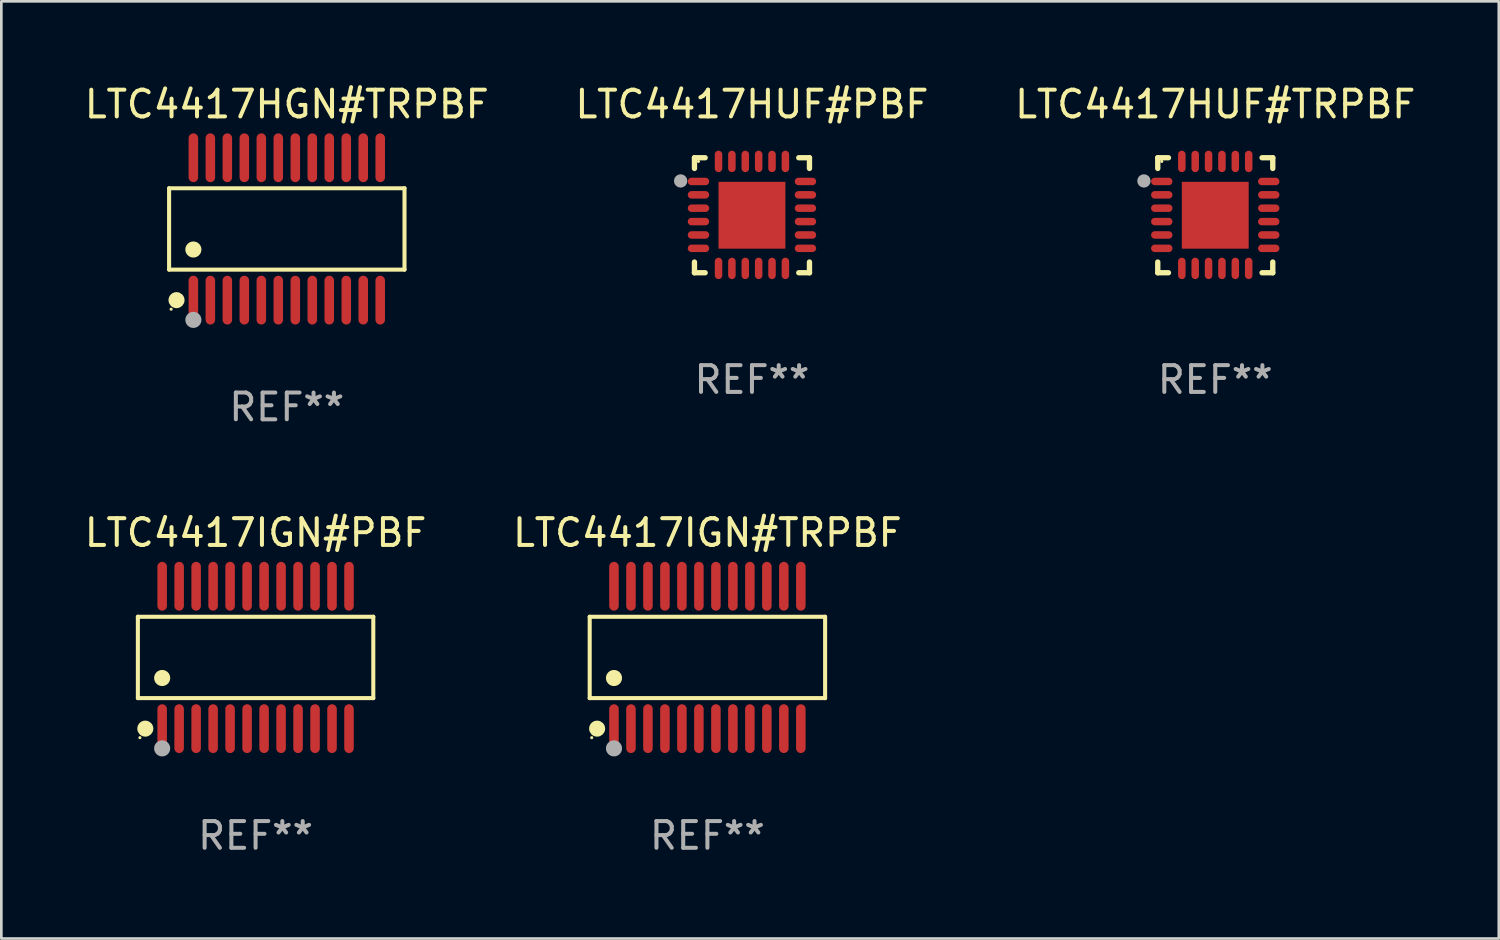
<source format=kicad_pcb>
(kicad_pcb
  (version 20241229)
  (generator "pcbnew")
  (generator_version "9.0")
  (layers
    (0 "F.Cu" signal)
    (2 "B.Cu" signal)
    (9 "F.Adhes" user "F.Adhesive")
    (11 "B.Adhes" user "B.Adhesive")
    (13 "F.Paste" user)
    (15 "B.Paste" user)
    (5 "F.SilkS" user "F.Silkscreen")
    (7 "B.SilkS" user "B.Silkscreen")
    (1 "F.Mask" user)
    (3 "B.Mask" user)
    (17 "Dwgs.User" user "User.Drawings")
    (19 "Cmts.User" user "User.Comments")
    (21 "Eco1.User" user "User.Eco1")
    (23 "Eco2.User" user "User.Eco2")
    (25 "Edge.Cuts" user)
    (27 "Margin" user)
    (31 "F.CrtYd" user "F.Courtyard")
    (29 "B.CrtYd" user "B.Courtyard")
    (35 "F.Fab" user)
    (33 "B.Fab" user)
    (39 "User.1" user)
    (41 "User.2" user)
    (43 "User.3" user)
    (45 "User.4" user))
  (footprint "LTC4417HUF#TRPBF"
    (layer "F.Cu")
    (at 42.387 4.998)
    (property "Reference" "LTC4417HUF#TRPBF" (at 0 -4.15 0) (layer "F.SilkS") (effects (font (size 1 1) (thickness 0.15))))
    (attr through_hole)
    (fp_line (start -2.15 -2.15) (end -1.75 -2.15) (stroke (width 0.2) (type solid)) (layer "F.SilkS"))
    (fp_line (start -2.15 -1.75) (end -2.15 -2.15) (stroke (width 0.2) (type solid)) (layer "F.SilkS"))
    (fp_line (start -2.15 2.15) (end -2.15 1.75) (stroke (width 0.2) (type solid)) (layer "F.SilkS"))
    (fp_line (start -1.75 2.15) (end -2.15 2.15) (stroke (width 0.2) (type solid)) (layer "F.SilkS"))
    (fp_line (start 1.75 -2.15) (end 2.15 -2.15) (stroke (width 0.2) (type solid)) (layer "F.SilkS"))
    (fp_line (start 1.75 2.15) (end 2.15 2.15) (stroke (width 0.2) (type solid)) (layer "F.SilkS"))
    (fp_line (start 2.15 -2.15) (end 2.15 -1.75) (stroke (width 0.2) (type solid)) (layer "F.SilkS"))
    (fp_line (start 2.15 2.15) (end 2.15 1.75) (stroke (width 0.2) (type solid)) (layer "F.SilkS"))
    (fp_circle (center -2 -2.013) (end -1.97 -2.013) (stroke (width 0.06) (type solid)) (fill no) (layer "F.SilkS"))
    (fp_circle (center -2.667 -1.283) (end -2.542 -1.283) (stroke (width 0.25) (type solid)) (fill no) (layer "F.Fab"))
    (fp_text user "REF**" (at 0 6.15 0) (layer "F.Fab") (effects (font (size 1 1) (thickness 0.15))))
    (pad "1" smd oval (at -2 -1.263) (size 0.8 0.28) (layers "F.Cu" "F.Mask" "F.Paste"))
    (pad "2" smd oval (at -2 -0.763) (size 0.8 0.28) (layers "F.Cu" "F.Mask" "F.Paste"))
    (pad "3" smd oval (at -2 -0.263) (size 0.8 0.28) (layers "F.Cu" "F.Mask" "F.Paste"))
    (pad "4" smd oval (at -2 0.237) (size 0.8 0.28) (layers "F.Cu" "F.Mask" "F.Paste"))
    (pad "5" smd oval (at -2 0.737) (size 0.8 0.28) (layers "F.Cu" "F.Mask" "F.Paste"))
    (pad "6" smd oval (at -2 1.237) (size 0.8 0.28) (layers "F.Cu" "F.Mask" "F.Paste"))
    (pad "7" smd oval (at -1.25 1.987) (size 0.28 0.8) (layers "F.Cu" "F.Mask" "F.Paste"))
    (pad "8" smd oval (at -0.75 1.987) (size 0.28 0.8) (layers "F.Cu" "F.Mask" "F.Paste"))
    (pad "9" smd oval (at -0.25 1.987) (size 0.28 0.8) (layers "F.Cu" "F.Mask" "F.Paste"))
    (pad "10" smd oval (at 0.25 1.987) (size 0.28 0.8) (layers "F.Cu" "F.Mask" "F.Paste"))
    (pad "11" smd oval (at 0.75 1.987) (size 0.28 0.8) (layers "F.Cu" "F.Mask" "F.Paste"))
    (pad "12" smd oval (at 1.25 1.987) (size 0.28 0.8) (layers "F.Cu" "F.Mask" "F.Paste"))
    (pad "13" smd oval (at 2 1.237) (size 0.8 0.28) (layers "F.Cu" "F.Mask" "F.Paste"))
    (pad "14" smd oval (at 2 0.737) (size 0.8 0.28) (layers "F.Cu" "F.Mask" "F.Paste"))
    (pad "15" smd oval (at 2 0.237) (size 0.8 0.28) (layers "F.Cu" "F.Mask" "F.Paste"))
    (pad "16" smd oval (at 2 -0.263) (size 0.8 0.28) (layers "F.Cu" "F.Mask" "F.Paste"))
    (pad "17" smd oval (at 2 -0.763) (size 0.8 0.28) (layers "F.Cu" "F.Mask" "F.Paste"))
    (pad "18" smd oval (at 2 -1.263) (size 0.8 0.28) (layers "F.Cu" "F.Mask" "F.Paste"))
    (pad "19" smd oval (at 1.25 -2.013) (size 0.28 0.8) (layers "F.Cu" "F.Mask" "F.Paste"))
    (pad "20" smd oval (at 0.75 -2.013) (size 0.28 0.8) (layers "F.Cu" "F.Mask" "F.Paste"))
    (pad "21" smd oval (at 0.25 -2.013) (size 0.28 0.8) (layers "F.Cu" "F.Mask" "F.Paste"))
    (pad "22" smd oval (at -0.25 -2.013) (size 0.28 0.8) (layers "F.Cu" "F.Mask" "F.Paste"))
    (pad "23" smd oval (at -0.75 -2.013) (size 0.28 0.8) (layers "F.Cu" "F.Mask" "F.Paste"))
    (pad "24" smd oval (at -1.25 -2.013) (size 0.28 0.8) (layers "F.Cu" "F.Mask" "F.Paste"))
    (pad "25" smd rect (at -0.000127 -0.00014) (size 2.5 2.5) (layers "F.Cu" "F.Mask" "F.Paste")))
  (footprint "LTC4417IGN#PBF"
    (layer "F.Cu")
    (at 6.506 21.531)
    (property "Reference" "LTC4417IGN#PBF" (at 0 -4.662 0) (layer "F.SilkS") (effects (font (size 1 1) (thickness 0.15))))
    (attr through_hole)
    (fp_line (start -4.401 -1.521) (end 4.401 -1.521) (stroke (width 0.152) (type solid)) (layer "F.SilkS"))
    (fp_line (start -4.401 1.521) (end -4.401 -1.521) (stroke (width 0.152) (type solid)) (layer "F.SilkS"))
    (fp_line (start 4.401 -1.521) (end 4.401 1.521) (stroke (width 0.152) (type solid)) (layer "F.SilkS"))
    (fp_line (start 4.401 1.521) (end -4.401 1.521) (stroke (width 0.152) (type solid)) (layer "F.SilkS"))
    (fp_circle (center -4.325 3) (end -4.295 3) (stroke (width 0.06) (type solid)) (fill no) (layer "F.SilkS"))
    (fp_circle (center -4.123 2.662) (end -3.973 2.662) (stroke (width 0.3) (type solid)) (fill no) (layer "F.SilkS"))
    (fp_circle (center -3.493 0.769) (end -3.342 0.769) (stroke (width 0.3) (type solid)) (fill no) (layer "F.SilkS"))
    (fp_circle (center -3.493 3.4) (end -3.342 3.4) (stroke (width 0.3) (type solid)) (fill no) (layer "F.Fab"))
    (fp_text user "REF**" (at 0 6.662 0) (layer "F.Fab") (effects (font (size 1 1) (thickness 0.15))))
    (pad "1" smd oval (at -3.493 2.662) (size 0.356 1.824) (layers "F.Cu" "F.Mask" "F.Paste"))
    (pad "2" smd oval (at -2.858 2.662) (size 0.356 1.824) (layers "F.Cu" "F.Mask" "F.Paste"))
    (pad "3" smd oval (at -2.223 2.662) (size 0.356 1.824) (layers "F.Cu" "F.Mask" "F.Paste"))
    (pad "4" smd oval (at -1.588 2.662) (size 0.356 1.824) (layers "F.Cu" "F.Mask" "F.Paste"))
    (pad "5" smd oval (at -0.953 2.662) (size 0.356 1.824) (layers "F.Cu" "F.Mask" "F.Paste"))
    (pad "6" smd oval (at -0.318 2.662) (size 0.356 1.824) (layers "F.Cu" "F.Mask" "F.Paste"))
    (pad "7" smd oval (at 0.318 2.662) (size 0.356 1.824) (layers "F.Cu" "F.Mask" "F.Paste"))
    (pad "8" smd oval (at 0.953 2.662) (size 0.356 1.824) (layers "F.Cu" "F.Mask" "F.Paste"))
    (pad "9" smd oval (at 1.588 2.662) (size 0.356 1.824) (layers "F.Cu" "F.Mask" "F.Paste"))
    (pad "10" smd oval (at 2.223 2.662) (size 0.356 1.824) (layers "F.Cu" "F.Mask" "F.Paste"))
    (pad "11" smd oval (at 2.858 2.662) (size 0.356 1.824) (layers "F.Cu" "F.Mask" "F.Paste"))
    (pad "12" smd oval (at 3.493 2.662) (size 0.356 1.824) (layers "F.Cu" "F.Mask" "F.Paste"))
    (pad "13" smd oval (at 3.493 -2.662) (size 0.356 1.824) (layers "F.Cu" "F.Mask" "F.Paste"))
    (pad "14" smd oval (at 2.858 -2.662) (size 0.356 1.824) (layers "F.Cu" "F.Mask" "F.Paste"))
    (pad "15" smd oval (at 2.223 -2.662) (size 0.356 1.824) (layers "F.Cu" "F.Mask" "F.Paste"))
    (pad "16" smd oval (at 1.588 -2.662) (size 0.356 1.824) (layers "F.Cu" "F.Mask" "F.Paste"))
    (pad "17" smd oval (at 0.953 -2.662) (size 0.356 1.824) (layers "F.Cu" "F.Mask" "F.Paste"))
    (pad "18" smd oval (at 0.318 -2.662) (size 0.356 1.824) (layers "F.Cu" "F.Mask" "F.Paste"))
    (pad "19" smd oval (at -0.318 -2.662) (size 0.356 1.824) (layers "F.Cu" "F.Mask" "F.Paste"))
    (pad "20" smd oval (at -0.953 -2.662) (size 0.356 1.824) (layers "F.Cu" "F.Mask" "F.Paste"))
    (pad "21" smd oval (at -1.588 -2.662) (size 0.356 1.824) (layers "F.Cu" "F.Mask" "F.Paste"))
    (pad "22" smd oval (at -2.223 -2.662) (size 0.356 1.824) (layers "F.Cu" "F.Mask" "F.Paste"))
    (pad "23" smd oval (at -2.858 -2.662) (size 0.356 1.824) (layers "F.Cu" "F.Mask" "F.Paste"))
    (pad "24" smd oval (at -3.493 -2.662) (size 0.356 1.824) (layers "F.Cu" "F.Mask" "F.Paste")))
  (footprint "LTC4417IGN#TRPBF"
    (layer "F.Cu")
    (at 23.399 21.531)
    (property "Reference" "LTC4417IGN#TRPBF" (at 0 -4.662 0) (layer "F.SilkS") (effects (font (size 1 1) (thickness 0.15))))
    (attr through_hole)
    (fp_line (start -4.401 -1.521) (end 4.401 -1.521) (stroke (width 0.152) (type solid)) (layer "F.SilkS"))
    (fp_line (start -4.401 1.521) (end -4.401 -1.521) (stroke (width 0.152) (type solid)) (layer "F.SilkS"))
    (fp_line (start 4.401 -1.521) (end 4.401 1.521) (stroke (width 0.152) (type solid)) (layer "F.SilkS"))
    (fp_line (start 4.401 1.521) (end -4.401 1.521) (stroke (width 0.152) (type solid)) (layer "F.SilkS"))
    (fp_circle (center -4.325 3) (end -4.295 3) (stroke (width 0.06) (type solid)) (fill no) (layer "F.SilkS"))
    (fp_circle (center -4.123 2.662) (end -3.973 2.662) (stroke (width 0.3) (type solid)) (fill no) (layer "F.SilkS"))
    (fp_circle (center -3.493 0.769) (end -3.342 0.769) (stroke (width 0.3) (type solid)) (fill no) (layer "F.SilkS"))
    (fp_circle (center -3.493 3.4) (end -3.342 3.4) (stroke (width 0.3) (type solid)) (fill no) (layer "F.Fab"))
    (fp_text user "REF**" (at 0 6.662 0) (layer "F.Fab") (effects (font (size 1 1) (thickness 0.15))))
    (pad "1" smd oval (at -3.493 2.662) (size 0.356 1.824) (layers "F.Cu" "F.Mask" "F.Paste"))
    (pad "2" smd oval (at -2.858 2.662) (size 0.356 1.824) (layers "F.Cu" "F.Mask" "F.Paste"))
    (pad "3" smd oval (at -2.223 2.662) (size 0.356 1.824) (layers "F.Cu" "F.Mask" "F.Paste"))
    (pad "4" smd oval (at -1.588 2.662) (size 0.356 1.824) (layers "F.Cu" "F.Mask" "F.Paste"))
    (pad "5" smd oval (at -0.953 2.662) (size 0.356 1.824) (layers "F.Cu" "F.Mask" "F.Paste"))
    (pad "6" smd oval (at -0.318 2.662) (size 0.356 1.824) (layers "F.Cu" "F.Mask" "F.Paste"))
    (pad "7" smd oval (at 0.318 2.662) (size 0.356 1.824) (layers "F.Cu" "F.Mask" "F.Paste"))
    (pad "8" smd oval (at 0.953 2.662) (size 0.356 1.824) (layers "F.Cu" "F.Mask" "F.Paste"))
    (pad "9" smd oval (at 1.588 2.662) (size 0.356 1.824) (layers "F.Cu" "F.Mask" "F.Paste"))
    (pad "10" smd oval (at 2.223 2.662) (size 0.356 1.824) (layers "F.Cu" "F.Mask" "F.Paste"))
    (pad "11" smd oval (at 2.858 2.662) (size 0.356 1.824) (layers "F.Cu" "F.Mask" "F.Paste"))
    (pad "12" smd oval (at 3.493 2.662) (size 0.356 1.824) (layers "F.Cu" "F.Mask" "F.Paste"))
    (pad "13" smd oval (at 3.493 -2.662) (size 0.356 1.824) (layers "F.Cu" "F.Mask" "F.Paste"))
    (pad "14" smd oval (at 2.858 -2.662) (size 0.356 1.824) (layers "F.Cu" "F.Mask" "F.Paste"))
    (pad "15" smd oval (at 2.223 -2.662) (size 0.356 1.824) (layers "F.Cu" "F.Mask" "F.Paste"))
    (pad "16" smd oval (at 1.588 -2.662) (size 0.356 1.824) (layers "F.Cu" "F.Mask" "F.Paste"))
    (pad "17" smd oval (at 0.953 -2.662) (size 0.356 1.824) (layers "F.Cu" "F.Mask" "F.Paste"))
    (pad "18" smd oval (at 0.318 -2.662) (size 0.356 1.824) (layers "F.Cu" "F.Mask" "F.Paste"))
    (pad "19" smd oval (at -0.318 -2.662) (size 0.356 1.824) (layers "F.Cu" "F.Mask" "F.Paste"))
    (pad "20" smd oval (at -0.953 -2.662) (size 0.356 1.824) (layers "F.Cu" "F.Mask" "F.Paste"))
    (pad "21" smd oval (at -1.588 -2.662) (size 0.356 1.824) (layers "F.Cu" "F.Mask" "F.Paste"))
    (pad "22" smd oval (at -2.223 -2.662) (size 0.356 1.824) (layers "F.Cu" "F.Mask" "F.Paste"))
    (pad "23" smd oval (at -2.858 -2.662) (size 0.356 1.824) (layers "F.Cu" "F.Mask" "F.Paste"))
    (pad "24" smd oval (at -3.493 -2.662) (size 0.356 1.824) (layers "F.Cu" "F.Mask" "F.Paste")))
  (footprint "LTC4417HUF#PBF"
    (layer "F.Cu")
    (at 25.065 4.998)
    (property "Reference" "LTC4417HUF#PBF" (at 0 -4.15 0) (layer "F.SilkS") (effects (font (size 1 1) (thickness 0.15))))
    (attr through_hole)
    (fp_line (start -2.15 -2.15) (end -1.75 -2.15) (stroke (width 0.2) (type solid)) (layer "F.SilkS"))
    (fp_line (start -2.15 -1.75) (end -2.15 -2.15) (stroke (width 0.2) (type solid)) (layer "F.SilkS"))
    (fp_line (start -2.15 2.15) (end -2.15 1.75) (stroke (width 0.2) (type solid)) (layer "F.SilkS"))
    (fp_line (start -1.75 2.15) (end -2.15 2.15) (stroke (width 0.2) (type solid)) (layer "F.SilkS"))
    (fp_line (start 1.75 -2.15) (end 2.15 -2.15) (stroke (width 0.2) (type solid)) (layer "F.SilkS"))
    (fp_line (start 1.75 2.15) (end 2.15 2.15) (stroke (width 0.2) (type solid)) (layer "F.SilkS"))
    (fp_line (start 2.15 -2.15) (end 2.15 -1.75) (stroke (width 0.2) (type solid)) (layer "F.SilkS"))
    (fp_line (start 2.15 2.15) (end 2.15 1.75) (stroke (width 0.2) (type solid)) (layer "F.SilkS"))
    (fp_circle (center -2 -2.013) (end -1.97 -2.013) (stroke (width 0.06) (type solid)) (fill no) (layer "F.SilkS"))
    (fp_circle (center -2.667 -1.283) (end -2.542 -1.283) (stroke (width 0.25) (type solid)) (fill no) (layer "F.Fab"))
    (fp_text user "REF**" (at 0 6.15 0) (layer "F.Fab") (effects (font (size 1 1) (thickness 0.15))))
    (pad "1" smd oval (at -2 -1.263) (size 0.8 0.28) (layers "F.Cu" "F.Mask" "F.Paste"))
    (pad "2" smd oval (at -2 -0.763) (size 0.8 0.28) (layers "F.Cu" "F.Mask" "F.Paste"))
    (pad "3" smd oval (at -2 -0.263) (size 0.8 0.28) (layers "F.Cu" "F.Mask" "F.Paste"))
    (pad "4" smd oval (at -2 0.237) (size 0.8 0.28) (layers "F.Cu" "F.Mask" "F.Paste"))
    (pad "5" smd oval (at -2 0.737) (size 0.8 0.28) (layers "F.Cu" "F.Mask" "F.Paste"))
    (pad "6" smd oval (at -2 1.237) (size 0.8 0.28) (layers "F.Cu" "F.Mask" "F.Paste"))
    (pad "7" smd oval (at -1.25 1.987) (size 0.28 0.8) (layers "F.Cu" "F.Mask" "F.Paste"))
    (pad "8" smd oval (at -0.75 1.987) (size 0.28 0.8) (layers "F.Cu" "F.Mask" "F.Paste"))
    (pad "9" smd oval (at -0.25 1.987) (size 0.28 0.8) (layers "F.Cu" "F.Mask" "F.Paste"))
    (pad "10" smd oval (at 0.25 1.987) (size 0.28 0.8) (layers "F.Cu" "F.Mask" "F.Paste"))
    (pad "11" smd oval (at 0.75 1.987) (size 0.28 0.8) (layers "F.Cu" "F.Mask" "F.Paste"))
    (pad "12" smd oval (at 1.25 1.987) (size 0.28 0.8) (layers "F.Cu" "F.Mask" "F.Paste"))
    (pad "13" smd oval (at 2 1.237) (size 0.8 0.28) (layers "F.Cu" "F.Mask" "F.Paste"))
    (pad "14" smd oval (at 2 0.737) (size 0.8 0.28) (layers "F.Cu" "F.Mask" "F.Paste"))
    (pad "15" smd oval (at 2 0.237) (size 0.8 0.28) (layers "F.Cu" "F.Mask" "F.Paste"))
    (pad "16" smd oval (at 2 -0.263) (size 0.8 0.28) (layers "F.Cu" "F.Mask" "F.Paste"))
    (pad "17" smd oval (at 2 -0.763) (size 0.8 0.28) (layers "F.Cu" "F.Mask" "F.Paste"))
    (pad "18" smd oval (at 2 -1.263) (size 0.8 0.28) (layers "F.Cu" "F.Mask" "F.Paste"))
    (pad "19" smd oval (at 1.25 -2.013) (size 0.28 0.8) (layers "F.Cu" "F.Mask" "F.Paste"))
    (pad "20" smd oval (at 0.75 -2.013) (size 0.28 0.8) (layers "F.Cu" "F.Mask" "F.Paste"))
    (pad "21" smd oval (at 0.25 -2.013) (size 0.28 0.8) (layers "F.Cu" "F.Mask" "F.Paste"))
    (pad "22" smd oval (at -0.25 -2.013) (size 0.28 0.8) (layers "F.Cu" "F.Mask" "F.Paste"))
    (pad "23" smd oval (at -0.75 -2.013) (size 0.28 0.8) (layers "F.Cu" "F.Mask" "F.Paste"))
    (pad "24" smd oval (at -1.25 -2.013) (size 0.28 0.8) (layers "F.Cu" "F.Mask" "F.Paste"))
    (pad "25" smd rect (at -0.000127 -0.00014) (size 2.5 2.5) (layers "F.Cu" "F.Mask" "F.Paste")))
  (footprint "LTC4417HGN#TRPBF"
    (layer "F.Cu")
    (at 7.673 5.51)
    (property "Reference" "LTC4417HGN#TRPBF" (at 0 -4.662 0) (layer "F.SilkS") (effects (font (size 1 1) (thickness 0.15))))
    (attr through_hole)
    (fp_line (start -4.401 -1.521) (end 4.401 -1.521) (stroke (width 0.152) (type solid)) (layer "F.SilkS"))
    (fp_line (start -4.401 1.521) (end -4.401 -1.521) (stroke (width 0.152) (type solid)) (layer "F.SilkS"))
    (fp_line (start 4.401 -1.521) (end 4.401 1.521) (stroke (width 0.152) (type solid)) (layer "F.SilkS"))
    (fp_line (start 4.401 1.521) (end -4.401 1.521) (stroke (width 0.152) (type solid)) (layer "F.SilkS"))
    (fp_circle (center -4.325 3) (end -4.295 3) (stroke (width 0.06) (type solid)) (fill no) (layer "F.SilkS"))
    (fp_circle (center -4.123 2.662) (end -3.973 2.662) (stroke (width 0.3) (type solid)) (fill no) (layer "F.SilkS"))
    (fp_circle (center -3.493 0.769) (end -3.342 0.769) (stroke (width 0.3) (type solid)) (fill no) (layer "F.SilkS"))
    (fp_circle (center -3.493 3.4) (end -3.342 3.4) (stroke (width 0.3) (type solid)) (fill no) (layer "F.Fab"))
    (fp_text user "REF**" (at 0 6.662 0) (layer "F.Fab") (effects (font (size 1 1) (thickness 0.15))))
    (pad "1" smd oval (at -3.493 2.662) (size 0.356 1.824) (layers "F.Cu" "F.Mask" "F.Paste"))
    (pad "2" smd oval (at -2.858 2.662) (size 0.356 1.824) (layers "F.Cu" "F.Mask" "F.Paste"))
    (pad "3" smd oval (at -2.223 2.662) (size 0.356 1.824) (layers "F.Cu" "F.Mask" "F.Paste"))
    (pad "4" smd oval (at -1.588 2.662) (size 0.356 1.824) (layers "F.Cu" "F.Mask" "F.Paste"))
    (pad "5" smd oval (at -0.953 2.662) (size 0.356 1.824) (layers "F.Cu" "F.Mask" "F.Paste"))
    (pad "6" smd oval (at -0.318 2.662) (size 0.356 1.824) (layers "F.Cu" "F.Mask" "F.Paste"))
    (pad "7" smd oval (at 0.318 2.662) (size 0.356 1.824) (layers "F.Cu" "F.Mask" "F.Paste"))
    (pad "8" smd oval (at 0.953 2.662) (size 0.356 1.824) (layers "F.Cu" "F.Mask" "F.Paste"))
    (pad "9" smd oval (at 1.588 2.662) (size 0.356 1.824) (layers "F.Cu" "F.Mask" "F.Paste"))
    (pad "10" smd oval (at 2.223 2.662) (size 0.356 1.824) (layers "F.Cu" "F.Mask" "F.Paste"))
    (pad "11" smd oval (at 2.858 2.662) (size 0.356 1.824) (layers "F.Cu" "F.Mask" "F.Paste"))
    (pad "12" smd oval (at 3.493 2.662) (size 0.356 1.824) (layers "F.Cu" "F.Mask" "F.Paste"))
    (pad "13" smd oval (at 3.493 -2.662) (size 0.356 1.824) (layers "F.Cu" "F.Mask" "F.Paste"))
    (pad "14" smd oval (at 2.858 -2.662) (size 0.356 1.824) (layers "F.Cu" "F.Mask" "F.Paste"))
    (pad "15" smd oval (at 2.223 -2.662) (size 0.356 1.824) (layers "F.Cu" "F.Mask" "F.Paste"))
    (pad "16" smd oval (at 1.588 -2.662) (size 0.356 1.824) (layers "F.Cu" "F.Mask" "F.Paste"))
    (pad "17" smd oval (at 0.953 -2.662) (size 0.356 1.824) (layers "F.Cu" "F.Mask" "F.Paste"))
    (pad "18" smd oval (at 0.318 -2.662) (size 0.356 1.824) (layers "F.Cu" "F.Mask" "F.Paste"))
    (pad "19" smd oval (at -0.318 -2.662) (size 0.356 1.824) (layers "F.Cu" "F.Mask" "F.Paste"))
    (pad "20" smd oval (at -0.953 -2.662) (size 0.356 1.824) (layers "F.Cu" "F.Mask" "F.Paste"))
    (pad "21" smd oval (at -1.588 -2.662) (size 0.356 1.824) (layers "F.Cu" "F.Mask" "F.Paste"))
    (pad "22" smd oval (at -2.223 -2.662) (size 0.356 1.824) (layers "F.Cu" "F.Mask" "F.Paste"))
    (pad "23" smd oval (at -2.858 -2.662) (size 0.356 1.824) (layers "F.Cu" "F.Mask" "F.Paste"))
    (pad "24" smd oval (at -3.493 -2.662) (size 0.356 1.824) (layers "F.Cu" "F.Mask" "F.Paste")))
  (gr_rect
    (start -3 -3)
    (end 52.988 32.041)
    (stroke (width 0.1) (type default))
    (fill no)
    (layer "Edge.Cuts")))
</source>
